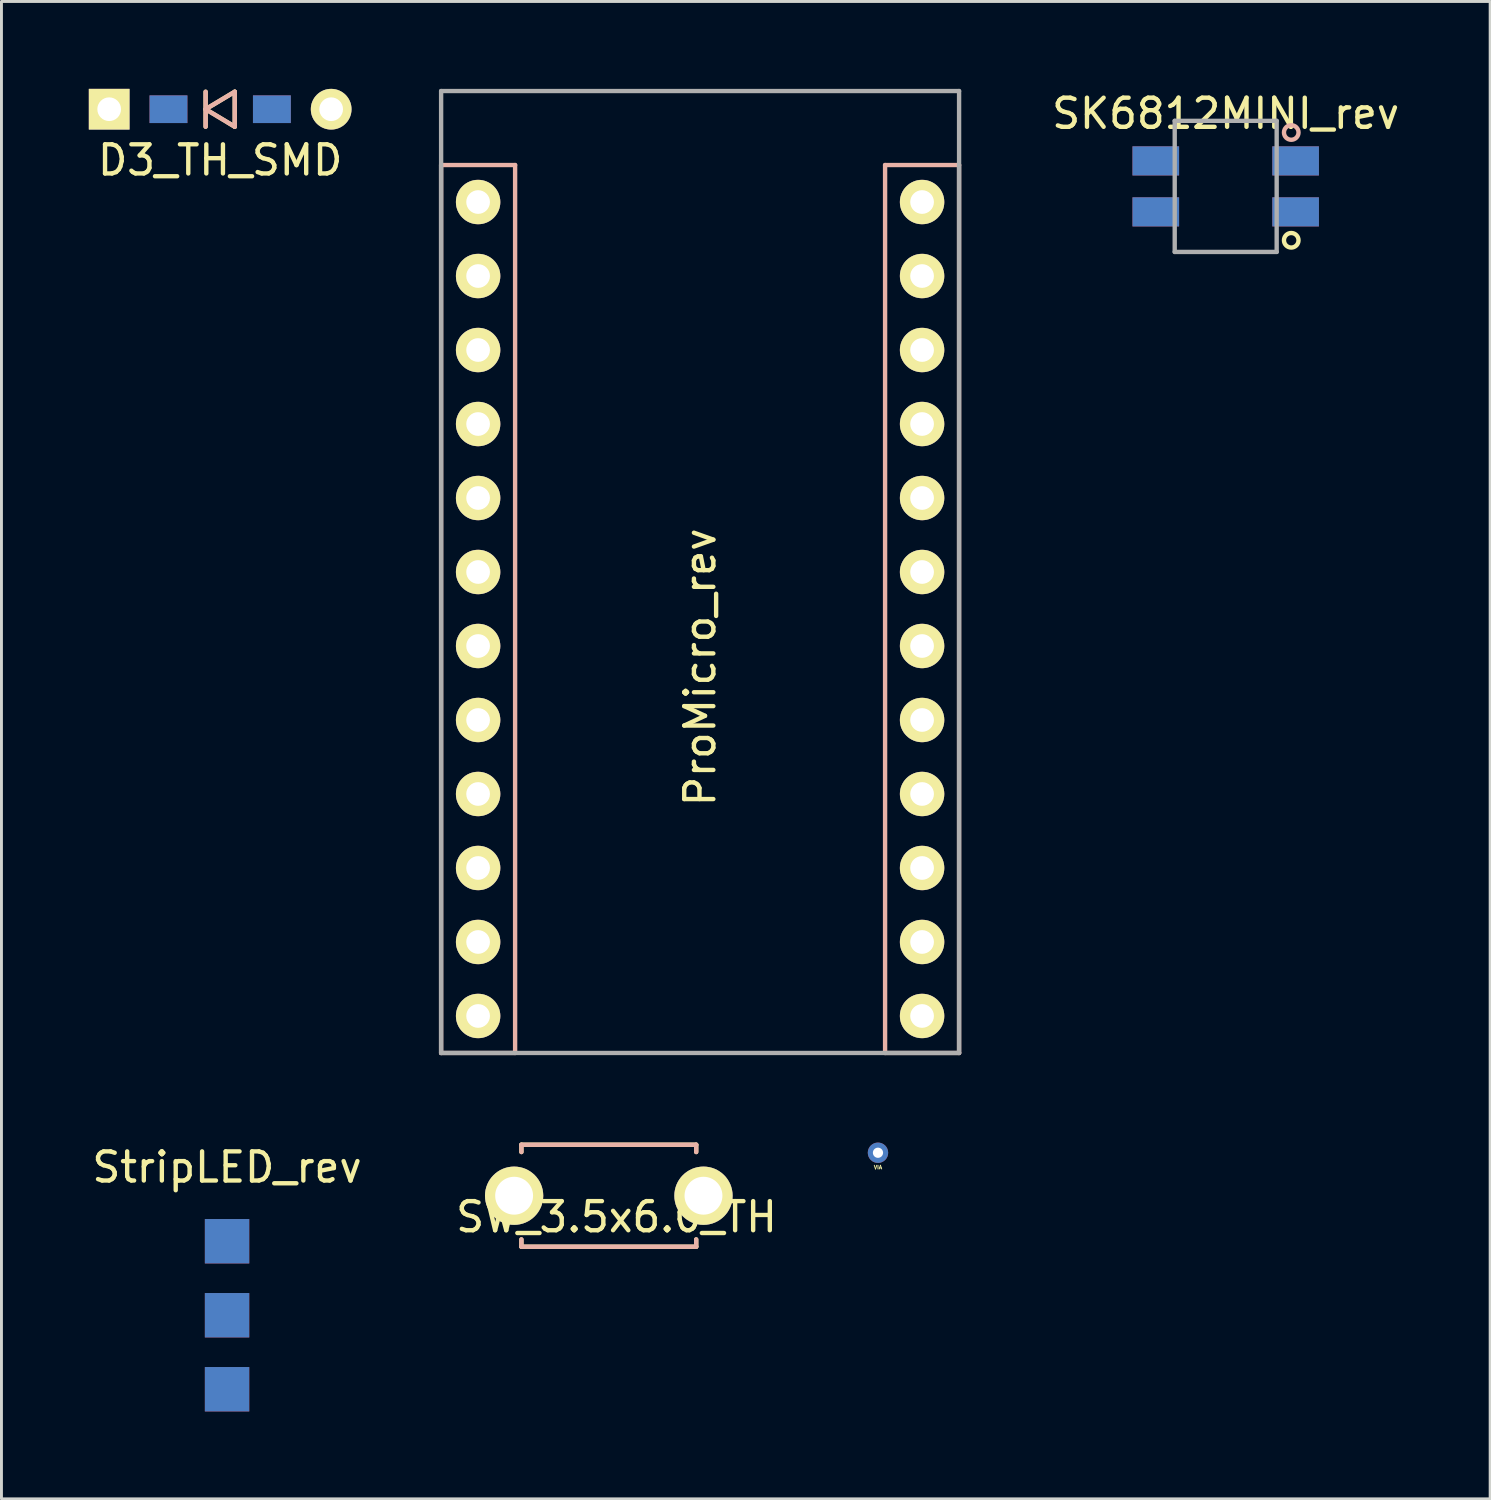
<source format=kicad_pcb>
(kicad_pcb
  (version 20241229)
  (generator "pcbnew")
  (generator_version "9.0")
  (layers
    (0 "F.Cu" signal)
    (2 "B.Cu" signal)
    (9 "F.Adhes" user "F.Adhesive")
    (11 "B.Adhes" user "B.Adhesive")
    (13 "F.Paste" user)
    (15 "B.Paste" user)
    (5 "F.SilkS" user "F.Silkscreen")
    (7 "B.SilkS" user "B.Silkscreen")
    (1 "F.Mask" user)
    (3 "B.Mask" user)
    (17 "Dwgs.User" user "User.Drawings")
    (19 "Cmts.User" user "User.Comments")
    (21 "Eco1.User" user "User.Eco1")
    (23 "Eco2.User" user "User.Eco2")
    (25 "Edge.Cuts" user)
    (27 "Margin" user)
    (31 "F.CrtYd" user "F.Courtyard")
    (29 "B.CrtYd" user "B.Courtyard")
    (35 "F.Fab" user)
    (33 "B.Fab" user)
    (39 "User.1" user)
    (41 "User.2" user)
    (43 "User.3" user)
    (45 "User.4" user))
  (footprint "VIA"
    (layer "F.Cu")
    (at 27.088 36.52)
    (property "Reference" "VIA" (at 0 0.5 0) (layer "F.SilkS") (effects (font (size 0.127 0.127) (thickness 0.032))))
    (attr through_hole)
    (pad "" thru_hole circle (at 0 0) (size 0.7 0.7) (drill 0.35) (layers "*.Cu")))
  (footprint "SK6812MINI_rev"
    (layer "F.Cu")
    (at 39.024 3.348)
    (property "Reference" "SK6812MINI_rev" (at 0 -2.5 0) (layer "F.SilkS") (effects (font (size 1 1) (thickness 0.15))))
    (attr through_hole)
    (fp_circle (center 2.25 1.85) (end 2.25 1.6) (stroke (width 0.15) (type solid)) (fill no) (layer "F.SilkS"))
    (fp_circle (center 2.25 -1.85) (end 2.25 -2.1) (stroke (width 0.15) (type solid)) (fill no) (layer "B.SilkS"))
    (fp_line (start -1.75 -2.25) (end -1.75 2.25) (stroke (width 0.15) (type solid)) (layer "F.Fab"))
    (fp_line (start -1.75 -2.25) (end 1.75 -2.25) (stroke (width 0.15) (type solid)) (layer "F.Fab"))
    (fp_line (start 1.75 -2.25) (end 1.75 2.25) (stroke (width 0.15) (type solid)) (layer "F.Fab"))
    (fp_line (start 1.75 2.25) (end -1.75 2.25) (stroke (width 0.15) (type solid)) (layer "F.Fab"))
    (pad "1" smd rect (at -2.4 -0.875) (size 1.6 1) (layers "B.Cu" "B.Mask" "B.Paste"))
    (pad "1" smd rect (at -2.4 0.875) (size 1.6 1) (layers "F.Cu" "F.Mask" "F.Paste"))
    (pad "2" smd rect (at -2.4 -0.875) (size 1.6 1) (layers "F.Cu" "F.Mask" "F.Paste"))
    (pad "2" smd rect (at -2.4 0.875) (size 1.6 1) (layers "B.Cu" "B.Mask" "B.Paste"))
    (pad "3" smd rect (at 2.4 -0.875) (size 1.6 1) (layers "F.Cu" "F.Mask" "F.Paste"))
    (pad "3" smd rect (at 2.4 0.875) (size 1.6 1) (layers "B.Cu" "B.Mask" "B.Paste"))
    (pad "4" smd rect (at 2.4 -0.875) (size 1.6 1) (layers "B.Cu" "B.Mask" "B.Paste"))
    (pad "4" smd rect (at 2.4 0.875) (size 1.6 1) (layers "F.Cu" "F.Mask" "F.Paste")))
  (footprint "SW_3.5x6.0_TH"
    (layer "F.Cu")
    (at 17.848 37.995)
    (property "Reference" "SW_3.5x6.0_TH" (at 0.265 0.73 0) (layer "F.SilkS") (effects (font (size 1 1) (thickness 0.15))))
    (attr through_hole)
    (fp_line (start -3 -1.75) (end -3 -1.5) (stroke (width 0.15) (type solid)) (layer "F.SilkS"))
    (fp_line (start -3 -1.75) (end 3 -1.75) (stroke (width 0.15) (type solid)) (layer "F.SilkS"))
    (fp_line (start -3 1.75) (end -3 1.5) (stroke (width 0.15) (type solid)) (layer "F.SilkS"))
    (fp_line (start -3 1.75) (end 3 1.75) (stroke (width 0.15) (type solid)) (layer "F.SilkS"))
    (fp_line (start 3 -1.75) (end 3 -1.5) (stroke (width 0.15) (type solid)) (layer "F.SilkS"))
    (fp_line (start 3 1.75) (end 3 1.5) (stroke (width 0.15) (type solid)) (layer "F.SilkS"))
    (fp_line (start -3 -1.75) (end 3 -1.75) (stroke (width 0.15) (type solid)) (layer "B.SilkS"))
    (fp_line (start -3 -1.5) (end -3 -1.75) (stroke (width 0.15) (type solid)) (layer "B.SilkS"))
    (fp_line (start -3 1.75) (end -3 1.5) (stroke (width 0.15) (type solid)) (layer "B.SilkS"))
    (fp_line (start 3 -1.75) (end 3 -1.5) (stroke (width 0.15) (type solid)) (layer "B.SilkS"))
    (fp_line (start 3 1.5) (end 3 1.75) (stroke (width 0.15) (type solid)) (layer "B.SilkS"))
    (fp_line (start 3 1.75) (end -3 1.75) (stroke (width 0.15) (type solid)) (layer "B.SilkS"))
    (pad "1" thru_hole circle (at 3.25 0) (size 2 2) (drill 1.3) (layers "*.Cu" "*.Mask" "F.SilkS"))
    (pad "2" thru_hole circle (at -3.25 0) (size 2 2) (drill 1.3) (layers "*.Cu" "*.Mask" "F.SilkS")))
  (footprint "ProMicro_rev"
    (layer "F.Cu")
    (at 20.982 17.855)
    (property "Reference" "ProMicro_rev" (at 0 2 270) (layer "F.SilkS") (effects (font (size 1 1) (thickness 0.15))))
    (attr through_hole)
    (fp_line (start -8.89 -15.24) (end -6.35 -15.24) (stroke (width 0.15) (type solid)) (layer "B.SilkS"))
    (fp_line (start -8.89 15.24) (end -8.89 -15.24) (stroke (width 0.15) (type solid)) (layer "B.SilkS"))
    (fp_line (start -6.35 -15.24) (end -6.35 15.24) (stroke (width 0.15) (type solid)) (layer "B.SilkS"))
    (fp_line (start -6.35 15.24) (end -8.89 15.24) (stroke (width 0.15) (type solid)) (layer "B.SilkS"))
    (fp_line (start 6.35 -15.24) (end 8.89 -15.24) (stroke (width 0.15) (type solid)) (layer "B.SilkS"))
    (fp_line (start 6.35 15.24) (end 6.35 -15.24) (stroke (width 0.15) (type solid)) (layer "B.SilkS"))
    (fp_line (start 8.89 -15.24) (end 8.89 15.24) (stroke (width 0.15) (type solid)) (layer "B.SilkS"))
    (fp_line (start 8.89 15.24) (end 6.35 15.24) (stroke (width 0.15) (type solid)) (layer "B.SilkS"))
    (fp_line (start -8.89 -17.78) (end 8.89 -17.78) (stroke (width 0.15) (type solid)) (layer "F.Fab"))
    (fp_line (start -8.89 15.24) (end -8.89 -17.78) (stroke (width 0.15) (type solid)) (layer "F.Fab"))
    (fp_line (start 8.89 -17.78) (end 8.89 15.24) (stroke (width 0.15) (type solid)) (layer "F.Fab"))
    (fp_line (start 8.89 15.24) (end -8.89 15.24) (stroke (width 0.15) (type solid)) (layer "F.Fab"))
    (pad "1" thru_hole circle (at -7.62 -13.97) (size 1.524 1.524) (drill 0.813) (layers "*.Cu" "*.Mask" "F.SilkS"))
    (pad "2" thru_hole circle (at -7.62 -11.43) (size 1.524 1.524) (drill 0.813) (layers "*.Cu" "*.Mask" "F.SilkS"))
    (pad "3" thru_hole circle (at -7.62 -8.89) (size 1.524 1.524) (drill 0.813) (layers "*.Cu" "*.Mask" "F.SilkS"))
    (pad "4" thru_hole circle (at -7.62 -6.35) (size 1.524 1.524) (drill 0.813) (layers "*.Cu" "*.Mask" "F.SilkS"))
    (pad "5" thru_hole circle (at -7.62 -3.81) (size 1.524 1.524) (drill 0.813) (layers "*.Cu" "*.Mask" "F.SilkS"))
    (pad "6" thru_hole circle (at -7.62 -1.27) (size 1.524 1.524) (drill 0.813) (layers "*.Cu" "*.Mask" "F.SilkS"))
    (pad "7" thru_hole circle (at -7.62 1.27) (size 1.524 1.524) (drill 0.813) (layers "*.Cu" "*.Mask" "F.SilkS"))
    (pad "8" thru_hole circle (at -7.62 3.81) (size 1.524 1.524) (drill 0.813) (layers "*.Cu" "*.Mask" "F.SilkS"))
    (pad "9" thru_hole circle (at -7.62 6.35) (size 1.524 1.524) (drill 0.813) (layers "*.Cu" "*.Mask" "F.SilkS"))
    (pad "10" thru_hole circle (at -7.62 8.89) (size 1.524 1.524) (drill 0.813) (layers "*.Cu" "*.Mask" "F.SilkS"))
    (pad "11" thru_hole circle (at -7.62 11.43) (size 1.524 1.524) (drill 0.813) (layers "*.Cu" "*.Mask" "F.SilkS"))
    (pad "12" thru_hole circle (at -7.62 13.97) (size 1.524 1.524) (drill 0.813) (layers "*.Cu" "*.Mask" "F.SilkS"))
    (pad "13" thru_hole circle (at 7.62 13.97) (size 1.524 1.524) (drill 0.813) (layers "*.Cu" "*.Mask" "F.SilkS"))
    (pad "14" thru_hole circle (at 7.62 11.43) (size 1.524 1.524) (drill 0.813) (layers "*.Cu" "*.Mask" "F.SilkS"))
    (pad "15" thru_hole circle (at 7.62 8.89) (size 1.524 1.524) (drill 0.813) (layers "*.Cu" "*.Mask" "F.SilkS"))
    (pad "16" thru_hole circle (at 7.62 6.35) (size 1.524 1.524) (drill 0.813) (layers "*.Cu" "*.Mask" "F.SilkS"))
    (pad "17" thru_hole circle (at 7.62 3.81) (size 1.524 1.524) (drill 0.813) (layers "*.Cu" "*.Mask" "F.SilkS"))
    (pad "18" thru_hole circle (at 7.62 1.27) (size 1.524 1.524) (drill 0.813) (layers "*.Cu" "*.Mask" "F.SilkS"))
    (pad "19" thru_hole circle (at 7.62 -1.27) (size 1.524 1.524) (drill 0.813) (layers "*.Cu" "*.Mask" "F.SilkS"))
    (pad "20" thru_hole circle (at 7.62 -3.81) (size 1.524 1.524) (drill 0.813) (layers "*.Cu" "*.Mask" "F.SilkS"))
    (pad "21" thru_hole circle (at 7.62 -6.35) (size 1.524 1.524) (drill 0.813) (layers "*.Cu" "*.Mask" "F.SilkS"))
    (pad "22" thru_hole circle (at 7.62 -8.89) (size 1.524 1.524) (drill 0.813) (layers "*.Cu" "*.Mask" "F.SilkS"))
    (pad "23" thru_hole circle (at 7.62 -11.43) (size 1.524 1.524) (drill 0.813) (layers "*.Cu" "*.Mask" "F.SilkS"))
    (pad "24" thru_hole circle (at 7.62 -13.97) (size 1.524 1.524) (drill 0.813) (layers "*.Cu" "*.Mask" "F.SilkS")))
  (footprint "D3_TH_SMD"
    (layer "F.Cu")
    (at 4.508 0.699)
    (property "Reference" "D3_TH_SMD" (at 0 1.75 0) (layer "F.SilkS") (effects (font (size 1 1) (thickness 0.15))))
    (attr through_hole)
    (fp_line (start -0.5 -0.6) (end -0.5 0.6) (stroke (width 0.15) (type solid)) (layer "F.SilkS"))
    (fp_line (start -0.5 0) (end 0.5 -0.6) (stroke (width 0.15) (type solid)) (layer "F.SilkS"))
    (fp_line (start 0.5 -0.6) (end 0.5 0.6) (stroke (width 0.15) (type solid)) (layer "F.SilkS"))
    (fp_line (start 0.5 0.6) (end -0.5 0) (stroke (width 0.15) (type solid)) (layer "F.SilkS"))
    (fp_line (start -0.5 -0.6) (end -0.5 0.6) (stroke (width 0.15) (type solid)) (layer "B.SilkS"))
    (fp_line (start -0.5 0) (end 0.5 -0.6) (stroke (width 0.15) (type solid)) (layer "B.SilkS"))
    (fp_line (start 0.5 -0.6) (end 0.5 0.6) (stroke (width 0.15) (type solid)) (layer "B.SilkS"))
    (fp_line (start 0.5 0.6) (end -0.5 0) (stroke (width 0.15) (type solid)) (layer "B.SilkS"))
    (pad "1" thru_hole rect (at -3.81 0) (size 1.397 1.397) (drill 0.813) (layers "*.Cu" "*.Mask" "F.SilkS"))
    (pad "1" smd rect (at -1.775 0) (size 1.3 0.95) (layers "F.Cu" "F.Mask" "F.Paste"))
    (pad "1" smd rect (at -1.775 0) (size 1.3 0.95) (layers "B.Cu" "B.Mask" "B.Paste"))
    (pad "2" smd rect (at 1.775 0) (size 1.3 0.95) (layers "F.Cu" "F.Mask" "F.Paste"))
    (pad "2" smd rect (at 1.775 0) (size 1.3 0.95) (layers "B.Cu" "B.Mask" "B.Paste"))
    (pad "2" thru_hole circle (at 3.81 0) (size 1.397 1.397) (drill 0.813) (layers "*.Cu" "*.Mask" "F.SilkS")))
  (footprint "StripLED_rev"
    (layer "F.Cu")
    (at 4.744 39.558)
    (property "Reference" "StripLED_rev" (at 0 -2.54 0) (layer "F.SilkS") (effects (font (size 1 1) (thickness 0.15))))
    (attr through_hole)
    (pad "1" smd rect (at 0 0) (size 1.524 1.524) (layers "F.Cu" "F.Mask" "F.Paste"))
    (pad "1" smd rect (at 0 5.08) (size 1.524 1.524) (layers "B.Cu" "B.Mask" "B.Paste"))
    (pad "2" smd rect (at 0 2.54) (size 1.524 1.524) (layers "F.Cu" "F.Mask" "F.Paste"))
    (pad "2" smd rect (at 0 2.54) (size 1.524 1.524) (layers "B.Cu" "B.Mask" "B.Paste"))
    (pad "3" smd rect (at 0 0) (size 1.524 1.524) (layers "B.Cu" "B.Mask" "B.Paste"))
    (pad "3" smd rect (at 0 5.08) (size 1.524 1.524) (layers "F.Cu" "F.Mask" "F.Paste")))
  (gr_rect
    (start -3 -3)
    (end 48.102 48.4)
    (stroke (width 0.1) (type default))
    (fill no)
    (layer "Edge.Cuts")))
</source>
